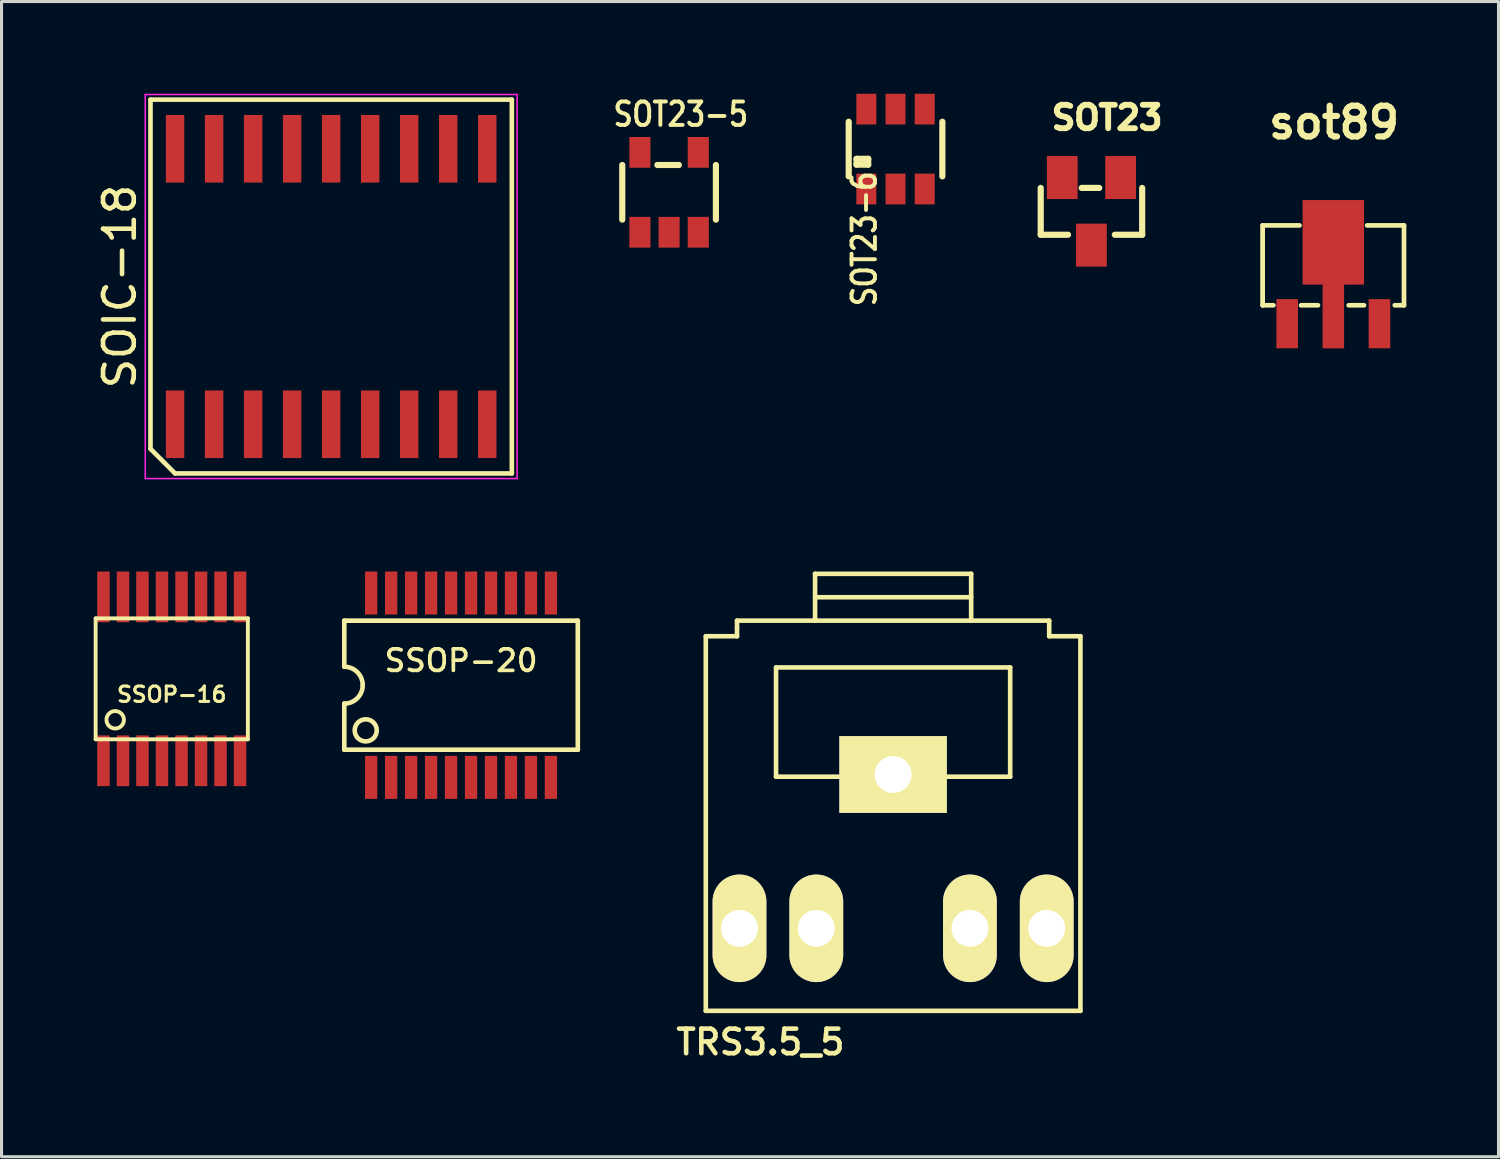
<source format=kicad_pcb>
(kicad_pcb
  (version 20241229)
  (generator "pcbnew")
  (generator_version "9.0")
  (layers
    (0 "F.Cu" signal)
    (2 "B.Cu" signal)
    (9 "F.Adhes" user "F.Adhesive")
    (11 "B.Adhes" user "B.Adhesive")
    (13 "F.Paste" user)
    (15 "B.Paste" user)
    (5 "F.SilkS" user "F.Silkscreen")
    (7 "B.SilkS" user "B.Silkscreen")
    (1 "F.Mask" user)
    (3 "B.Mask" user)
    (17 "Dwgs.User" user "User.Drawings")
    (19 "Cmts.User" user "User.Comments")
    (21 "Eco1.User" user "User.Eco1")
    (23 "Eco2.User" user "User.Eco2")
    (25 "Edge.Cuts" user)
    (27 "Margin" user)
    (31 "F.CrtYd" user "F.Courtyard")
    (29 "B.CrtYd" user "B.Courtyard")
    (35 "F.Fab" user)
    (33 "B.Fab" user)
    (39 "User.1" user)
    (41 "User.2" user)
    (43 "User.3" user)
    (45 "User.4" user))
  (footprint "SOT23-6"
    (layer "F.Cu")
    (at 26.096 1.801)
    (property "Reference" "SOT23-6" (at -1.016 2.921 90) (layer "F.SilkS") (effects (font (size 0.762 0.635) (thickness 0.127))))
    (attr smd)
    (fp_line (start -1.524 -0.889) (end -1.524 0.889) (stroke (width 0.201) (type solid)) (layer "F.SilkS"))
    (fp_line (start -1.27 0.318) (end -1.27 0.508) (stroke (width 0.201) (type solid)) (layer "F.SilkS"))
    (fp_line (start -1.27 0.508) (end -0.889 0.508) (stroke (width 0.201) (type solid)) (layer "F.SilkS"))
    (fp_line (start -0.889 0.318) (end -1.27 0.318) (stroke (width 0.201) (type solid)) (layer "F.SilkS"))
    (fp_line (start -0.889 0.508) (end -0.889 0.318) (stroke (width 0.201) (type solid)) (layer "F.SilkS"))
    (fp_line (start 1.524 -0.889) (end 1.524 0.889) (stroke (width 0.201) (type solid)) (layer "F.SilkS"))
    (pad "1" smd rect (at -0.95 1.3) (size 0.65 1.001) (layers "F.Cu" "F.Mask" "F.Paste"))
    (pad "2" smd rect (at 0 1.3) (size 0.65 1.001) (layers "F.Cu" "F.Mask" "F.Paste"))
    (pad "3" smd rect (at 0.95 1.3) (size 0.65 1.001) (layers "F.Cu" "F.Mask" "F.Paste"))
    (pad "4" smd rect (at 0.95 -1.3) (size 0.65 1.001) (layers "F.Cu" "F.Mask" "F.Paste"))
    (pad "5" smd rect (at 0 -1.3) (size 0.65 1.001) (layers "F.Cu" "F.Mask" "F.Paste"))
    (pad "6" smd rect (at -0.95 -1.3) (size 0.65 1.001) (layers "F.Cu" "F.Mask" "F.Paste")))
  (footprint "sot89"
    (layer "F.Cu")
    (at 40.344 5.586)
    (property "Reference" "sot89" (at 0.025 -4.648 0) (layer "F.SilkS") (effects (font (size 1.001 1.001) (thickness 0.201))))
    (attr through_hole)
    (fp_line (start -2.3 -1.3) (end -2.3 1.3) (stroke (width 0.152) (type solid)) (layer "F.SilkS"))
    (fp_line (start -2.3 -1.3) (end -1.1 -1.3) (stroke (width 0.152) (type solid)) (layer "F.SilkS"))
    (fp_line (start -2.3 1.3) (end -1.95 1.3) (stroke (width 0.152) (type solid)) (layer "F.SilkS"))
    (fp_line (start -2.299 1.308) (end -2.299 -1.308) (stroke (width 0.127) (type solid)) (layer "F.SilkS"))
    (fp_line (start -1.05 1.3) (end -0.5 1.3) (stroke (width 0.152) (type solid)) (layer "F.SilkS"))
    (fp_line (start 0.5 1.3) (end 1 1.3) (stroke (width 0.152) (type solid)) (layer "F.SilkS"))
    (fp_line (start 2 1.3) (end 2.3 1.3) (stroke (width 0.152) (type solid)) (layer "F.SilkS"))
    (fp_line (start 2.3 -1.3) (end 1.1 -1.3) (stroke (width 0.152) (type solid)) (layer "F.SilkS"))
    (fp_line (start 2.3 1.3) (end 2.3 -1.3) (stroke (width 0.152) (type solid)) (layer "F.SilkS"))
    (pad "1" smd rect (at -1.501 1.9) (size 0.701 1.6) (layers "F.Cu" "F.Mask" "F.Paste"))
    (pad "2" smd rect (at 0 -0.749) (size 1.999 2.751) (layers "F.Cu" "F.Mask" "F.Paste"))
    (pad "2" smd rect (at 0 1.651) (size 0.701 2.101) (layers "F.Cu" "F.Mask" "F.Paste"))
    (pad "3" smd rect (at 1.501 1.9) (size 0.701 1.6) (layers "F.Cu" "F.Mask" "F.Paste")))
  (footprint "TRS3.5_5"
    (layer "F.Cu")
    (at 26.017 23.753)
    (property "Reference" "TRS3.5_5" (at -4.318 7.112 0) (layer "F.SilkS") (effects (font (size 0.8 0.8) (thickness 0.15))))
    (attr through_hole)
    (fp_line (start -6.096 6.096) (end -6.096 -6.096) (stroke (width 0.15) (type solid)) (layer "F.SilkS"))
    (fp_line (start -5.08 -6.604) (end 5.08 -6.604) (stroke (width 0.15) (type solid)) (layer "F.SilkS"))
    (fp_line (start -5.08 -6.35) (end -5.08 -6.604) (stroke (width 0.15) (type solid)) (layer "F.SilkS"))
    (fp_line (start -5.08 -6.096) (end -6.096 -6.096) (stroke (width 0.15) (type solid)) (layer "F.SilkS"))
    (fp_line (start -5.08 -6.096) (end -5.08 -6.35) (stroke (width 0.15) (type solid)) (layer "F.SilkS"))
    (fp_line (start -3.81 -5.08) (end 3.81 -5.08) (stroke (width 0.15) (type solid)) (layer "F.SilkS"))
    (fp_line (start -3.81 -1.524) (end -3.81 -5.08) (stroke (width 0.15) (type solid)) (layer "F.SilkS"))
    (fp_line (start -2.54 -8.128) (end -2.54 -6.604) (stroke (width 0.15) (type solid)) (layer "F.SilkS"))
    (fp_line (start -2.54 -8.128) (end 2.54 -8.128) (stroke (width 0.15) (type solid)) (layer "F.SilkS"))
    (fp_line (start -2.54 -7.366) (end 2.54 -7.366) (stroke (width 0.15) (type solid)) (layer "F.SilkS"))
    (fp_line (start -1.778 -1.524) (end -3.81 -1.524) (stroke (width 0.15) (type solid)) (layer "F.SilkS"))
    (fp_line (start 2.54 -6.604) (end 2.54 -8.128) (stroke (width 0.15) (type solid)) (layer "F.SilkS"))
    (fp_line (start 3.81 -5.08) (end 3.81 -1.524) (stroke (width 0.15) (type solid)) (layer "F.SilkS"))
    (fp_line (start 3.81 -1.524) (end 1.778 -1.524) (stroke (width 0.15) (type solid)) (layer "F.SilkS"))
    (fp_line (start 5.08 -6.604) (end 5.08 -6.096) (stroke (width 0.15) (type solid)) (layer "F.SilkS"))
    (fp_line (start 6.096 -6.096) (end 5.08 -6.096) (stroke (width 0.15) (type solid)) (layer "F.SilkS"))
    (fp_line (start 6.096 -6.096) (end 6.096 6.096) (stroke (width 0.15) (type solid)) (layer "F.SilkS"))
    (fp_line (start 6.096 6.096) (end -6.096 6.096) (stroke (width 0.15) (type solid)) (layer "F.SilkS"))
    (pad "1" thru_hole rect (at 0 -1.596) (size 3.5 2.5) (drill 1.2) (layers "*.Cu" "*.Mask" "F.SilkS"))
    (pad "2" thru_hole oval (at 5 3.41) (size 1.75 3.5) (drill 1.2) (layers "*.Cu" "*.Mask" "F.SilkS"))
    (pad "3" thru_hole oval (at -5 3.41) (size 1.75 3.5) (drill 1.2) (layers "*.Cu" "*.Mask" "F.SilkS"))
    (pad "4" thru_hole oval (at 2.5 3.41) (size 1.75 3.5) (drill 1.2) (layers "*.Cu" "*.Mask" "F.SilkS"))
    (pad "5" thru_hole oval (at -2.5 3.41) (size 1.75 3.5) (drill 1.2) (layers "*.Cu" "*.Mask" "F.SilkS")))
  (footprint "SSOP-16"
    (layer "F.Cu")
    (at 2.54 19.043)
    (property "Reference" "SSOP-16" (at 0 0.508 0) (layer "F.SilkS") (effects (font (size 0.5 0.5) (thickness 0.099))))
    (attr through_hole)
    (fp_line (start -2.477 -1.968) (end -2.477 1.968) (stroke (width 0.127) (type solid)) (layer "F.SilkS"))
    (fp_line (start -2.477 1.968) (end 2.477 1.968) (stroke (width 0.127) (type solid)) (layer "F.SilkS"))
    (fp_line (start 2.477 -1.968) (end -2.477 -1.968) (stroke (width 0.127) (type solid)) (layer "F.SilkS"))
    (fp_line (start 2.477 1.968) (end 2.477 -1.968) (stroke (width 0.127) (type solid)) (layer "F.SilkS"))
    (fp_circle (center -1.841 1.333) (end -1.968 1.587) (stroke (width 0.127) (type solid)) (fill no) (layer "F.SilkS"))
    (pad "1" smd rect (at -2.223 2.667) (size 0.406 1.651) (layers "F.Cu" "F.Mask" "F.Paste"))
    (pad "2" smd rect (at -1.587 2.667) (size 0.406 1.651) (layers "F.Cu" "F.Mask" "F.Paste"))
    (pad "3" smd rect (at -0.953 2.667) (size 0.406 1.651) (layers "F.Cu" "F.Mask" "F.Paste"))
    (pad "4" smd rect (at -0.318 2.667) (size 0.406 1.651) (layers "F.Cu" "F.Mask" "F.Paste"))
    (pad "5" smd rect (at 0.318 2.667) (size 0.406 1.651) (layers "F.Cu" "F.Mask" "F.Paste"))
    (pad "6" smd rect (at 0.953 2.667) (size 0.406 1.651) (layers "F.Cu" "F.Mask" "F.Paste"))
    (pad "7" smd rect (at 1.587 2.667) (size 0.406 1.651) (layers "F.Cu" "F.Mask" "F.Paste"))
    (pad "8" smd rect (at 2.223 2.667) (size 0.406 1.651) (layers "F.Cu" "F.Mask" "F.Paste"))
    (pad "9" smd rect (at 2.223 -2.667) (size 0.406 1.651) (layers "F.Cu" "F.Mask" "F.Paste"))
    (pad "10" smd rect (at 1.587 -2.667) (size 0.406 1.651) (layers "F.Cu" "F.Mask" "F.Paste"))
    (pad "11" smd rect (at 0.953 -2.667) (size 0.406 1.651) (layers "F.Cu" "F.Mask" "F.Paste"))
    (pad "12" smd rect (at 0.318 -2.667) (size 0.406 1.651) (layers "F.Cu" "F.Mask" "F.Paste"))
    (pad "13" smd rect (at -0.318 -2.667) (size 0.406 1.651) (layers "F.Cu" "F.Mask" "F.Paste"))
    (pad "14" smd rect (at -0.953 -2.667) (size 0.406 1.651) (layers "F.Cu" "F.Mask" "F.Paste"))
    (pad "15" smd rect (at -1.587 -2.667) (size 0.406 1.651) (layers "F.Cu" "F.Mask" "F.Paste"))
    (pad "16" smd rect (at -2.223 -2.667) (size 0.406 1.651) (layers "F.Cu" "F.Mask" "F.Paste")))
  (footprint "SSOP-20"
    (layer "F.Cu")
    (at 11.955 19.25)
    (property "Reference" "SSOP-20" (at 0 -0.8 0) (layer "F.SilkS") (effects (font (size 0.7 0.7) (thickness 0.12))))
    (attr smd)
    (fp_line (start -3.8 -2.1) (end -3.8 -0.6) (stroke (width 0.15) (type solid)) (layer "F.SilkS"))
    (fp_line (start -3.8 -2.1) (end 3.8 -2.1) (stroke (width 0.15) (type solid)) (layer "F.SilkS"))
    (fp_line (start -3.8 2.1) (end -3.8 0.6) (stroke (width 0.15) (type solid)) (layer "F.SilkS"))
    (fp_line (start 3.8 -2.1) (end 3.8 2.1) (stroke (width 0.15) (type solid)) (layer "F.SilkS"))
    (fp_line (start 3.8 2.1) (end -3.8 2.1) (stroke (width 0.15) (type solid)) (layer "F.SilkS"))
    (fp_arc (start -3.8 -0.6) (mid -3.375736 -0.424264) (end -3.2 0) (stroke (width 0.15) (type solid)) (layer "F.SilkS"))
    (fp_arc (start -3.2 0) (mid -3.375736 0.424264) (end -3.8 0.6) (stroke (width 0.15) (type solid)) (layer "F.SilkS"))
    (fp_circle (center -3.102 1.47) (end -3.356 1.216) (stroke (width 0.15) (type solid)) (fill no) (layer "F.SilkS"))
    (pad "1" smd rect (at -2.925 3) (size 0.4 1.4) (layers "F.Cu" "F.Mask" "F.Paste"))
    (pad "2" smd rect (at -2.275 3) (size 0.4 1.4) (layers "F.Cu" "F.Mask" "F.Paste"))
    (pad "3" smd rect (at -1.625 3) (size 0.4 1.4) (layers "F.Cu" "F.Mask" "F.Paste"))
    (pad "4" smd rect (at -0.975 3) (size 0.4 1.4) (layers "F.Cu" "F.Mask" "F.Paste"))
    (pad "5" smd rect (at -0.325 3) (size 0.4 1.4) (layers "F.Cu" "F.Mask" "F.Paste"))
    (pad "6" smd rect (at 0.325 3) (size 0.4 1.4) (layers "F.Cu" "F.Mask" "F.Paste"))
    (pad "7" smd rect (at 0.975 3) (size 0.4 1.4) (layers "F.Cu" "F.Mask" "F.Paste"))
    (pad "8" smd rect (at 1.625 3) (size 0.4 1.4) (layers "F.Cu" "F.Mask" "F.Paste"))
    (pad "9" smd rect (at 2.275 3) (size 0.4 1.4) (layers "F.Cu" "F.Mask" "F.Paste"))
    (pad "10" smd rect (at 2.925 3) (size 0.4 1.4) (layers "F.Cu" "F.Mask" "F.Paste"))
    (pad "11" smd rect (at 2.925 -3) (size 0.4 1.4) (layers "F.Cu" "F.Mask" "F.Paste"))
    (pad "12" smd rect (at 2.275 -3) (size 0.4 1.4) (layers "F.Cu" "F.Mask" "F.Paste"))
    (pad "13" smd rect (at 1.625 -3) (size 0.4 1.4) (layers "F.Cu" "F.Mask" "F.Paste"))
    (pad "14" smd rect (at 0.975 -3) (size 0.4 1.4) (layers "F.Cu" "F.Mask" "F.Paste"))
    (pad "15" smd rect (at 0.325 -3) (size 0.4 1.4) (layers "F.Cu" "F.Mask" "F.Paste"))
    (pad "16" smd rect (at -0.325 -3) (size 0.4 1.4) (layers "F.Cu" "F.Mask" "F.Paste"))
    (pad "17" smd rect (at -0.975 -3) (size 0.4 1.4) (layers "F.Cu" "F.Mask" "F.Paste"))
    (pad "18" smd rect (at -1.625 -3) (size 0.4 1.4) (layers "F.Cu" "F.Mask" "F.Paste"))
    (pad "19" smd rect (at -2.275 -3) (size 0.4 1.4) (layers "F.Cu" "F.Mask" "F.Paste"))
    (pad "20" smd rect (at -2.925 -3) (size 0.4 1.4) (layers "F.Cu" "F.Mask" "F.Paste")))
  (footprint "SOT23-5"
    (layer "F.Cu")
    (at 18.726 3.209)
    (property "Reference" "SOT23-5" (at 0.381 -2.54 0) (layer "F.SilkS") (effects (font (size 0.762 0.635) (thickness 0.127))))
    (attr smd)
    (fp_line (start -1.524 -0.889) (end -1.524 0.889) (stroke (width 0.201) (type solid)) (layer "F.SilkS"))
    (fp_line (start -0.381 -0.889) (end 0.318 -0.889) (stroke (width 0.201) (type solid)) (layer "F.SilkS"))
    (fp_line (start 1.524 -0.889) (end 1.524 0.889) (stroke (width 0.201) (type solid)) (layer "F.SilkS"))
    (pad "1" smd rect (at -0.95 1.3) (size 0.686 1.001) (layers "F.Cu" "F.Mask" "F.Paste"))
    (pad "2" smd rect (at 0 1.3) (size 0.686 1.001) (layers "F.Cu" "F.Mask" "F.Paste"))
    (pad "3" smd rect (at 0.95 1.3) (size 0.686 1.001) (layers "F.Cu" "F.Mask" "F.Paste"))
    (pad "4" smd rect (at 0.95 -1.3) (size 0.686 1.001) (layers "F.Cu" "F.Mask" "F.Paste"))
    (pad "5" smd rect (at -0.95 -1.3) (size 0.686 1.001) (layers "F.Cu" "F.Mask" "F.Paste")))
  (footprint "SOIC-18"
    (layer "F.Cu")
    (at 7.728 6.275)
    (property "Reference" "SOIC-18" (at -6.88 0 90) (layer "F.SilkS") (effects (font (size 1 1) (thickness 0.15))))
    (attr smd)
    (fp_line (start -5.88 -6.083) (end 5.88 -6.083) (stroke (width 0.15) (type solid)) (layer "F.SilkS"))
    (fp_line (start -5.88 5.283) (end -5.88 -6.083) (stroke (width 0.15) (type solid)) (layer "F.SilkS"))
    (fp_line (start -5.08 6.083) (end -5.88 5.283) (stroke (width 0.15) (type solid)) (layer "F.SilkS"))
    (fp_line (start 5.88 -6.083) (end 5.88 6.083) (stroke (width 0.15) (type solid)) (layer "F.SilkS"))
    (fp_line (start 5.88 6.083) (end -5.08 6.083) (stroke (width 0.15) (type solid)) (layer "F.SilkS"))
    (fp_line (start -6.05 -6.25) (end 6.05 -6.25) (stroke (width 0.05) (type solid)) (layer "F.CrtYd"))
    (fp_line (start -6.05 6.25) (end -6.05 -6.25) (stroke (width 0.05) (type solid)) (layer "F.CrtYd"))
    (fp_line (start 6.05 -6.25) (end 6.05 6.25) (stroke (width 0.05) (type solid)) (layer "F.CrtYd"))
    (fp_line (start 6.05 6.25) (end -6.05 6.25) (stroke (width 0.05) (type solid)) (layer "F.CrtYd"))
    (pad "1" smd rect (at -5.08 4.483) (size 0.6 2.2) (layers "F.Cu" "F.Mask" "F.Paste"))
    (pad "2" smd rect (at -3.81 4.483) (size 0.6 2.2) (layers "F.Cu" "F.Mask" "F.Paste"))
    (pad "3" smd rect (at -2.54 4.483) (size 0.6 2.2) (layers "F.Cu" "F.Mask" "F.Paste"))
    (pad "4" smd rect (at -1.27 4.483) (size 0.6 2.2) (layers "F.Cu" "F.Mask" "F.Paste"))
    (pad "5" smd rect (at 0 4.483) (size 0.6 2.2) (layers "F.Cu" "F.Mask" "F.Paste"))
    (pad "6" smd rect (at 1.27 4.483) (size 0.6 2.2) (layers "F.Cu" "F.Mask" "F.Paste"))
    (pad "7" smd rect (at 2.54 4.483) (size 0.6 2.2) (layers "F.Cu" "F.Mask" "F.Paste"))
    (pad "8" smd rect (at 3.81 4.483) (size 0.6 2.2) (layers "F.Cu" "F.Mask" "F.Paste"))
    (pad "9" smd rect (at 5.08 4.483) (size 0.6 2.2) (layers "F.Cu" "F.Mask" "F.Paste"))
    (pad "10" smd rect (at 5.08 -4.483) (size 0.6 2.2) (layers "F.Cu" "F.Mask" "F.Paste"))
    (pad "11" smd rect (at 3.81 -4.483) (size 0.6 2.2) (layers "F.Cu" "F.Mask" "F.Paste"))
    (pad "12" smd rect (at 2.54 -4.483) (size 0.6 2.2) (layers "F.Cu" "F.Mask" "F.Paste"))
    (pad "13" smd rect (at 1.27 -4.483) (size 0.6 2.2) (layers "F.Cu" "F.Mask" "F.Paste"))
    (pad "14" smd rect (at 0 -4.483) (size 0.6 2.2) (layers "F.Cu" "F.Mask" "F.Paste"))
    (pad "15" smd rect (at -1.27 -4.483) (size 0.6 2.2) (layers "F.Cu" "F.Mask" "F.Paste"))
    (pad "16" smd rect (at -2.54 -4.483) (size 0.6 2.2) (layers "F.Cu" "F.Mask" "F.Paste"))
    (pad "17" smd rect (at -3.81 -4.483) (size 0.6 2.2) (layers "F.Cu" "F.Mask" "F.Paste"))
    (pad "18" smd rect (at -5.08 -4.483) (size 0.6 2.2) (layers "F.Cu" "F.Mask" "F.Paste")))
  (footprint "SOT23"
    (layer "F.Cu")
    (at 32.472 3.828)
    (property "Reference" "SOT23" (at 0.508 -3.048 0) (layer "F.SilkS") (effects (font (size 0.762 0.762) (thickness 0.191))))
    (attr smd)
    (fp_line (start -1.651 0.762) (end -1.651 -0.762) (stroke (width 0.201) (type solid)) (layer "F.SilkS"))
    (fp_line (start -0.762 0.762) (end -1.651 0.762) (stroke (width 0.201) (type solid)) (layer "F.SilkS"))
    (fp_line (start -0.318 -0.762) (end 0.254 -0.762) (stroke (width 0.201) (type solid)) (layer "F.SilkS"))
    (fp_line (start 1.651 -0.762) (end 1.651 0.762) (stroke (width 0.201) (type solid)) (layer "F.SilkS"))
    (fp_line (start 1.651 0.762) (end 0.762 0.762) (stroke (width 0.201) (type solid)) (layer "F.SilkS"))
    (pad "1" smd rect (at 0.95 -1.1) (size 1.001 1.4) (layers "F.Cu" "F.Mask" "F.Paste"))
    (pad "2" smd rect (at -0.95 -1.1) (size 1.001 1.4) (layers "F.Cu" "F.Mask" "F.Paste"))
    (pad "3" smd rect (at 0 1.1) (size 1.001 1.4) (layers "F.Cu" "F.Mask" "F.Paste")))
  (gr_rect
    (start -3 -3)
    (end 45.72 34.596)
    (stroke (width 0.1) (type default))
    (fill no)
    (layer "Edge.Cuts")))
</source>
